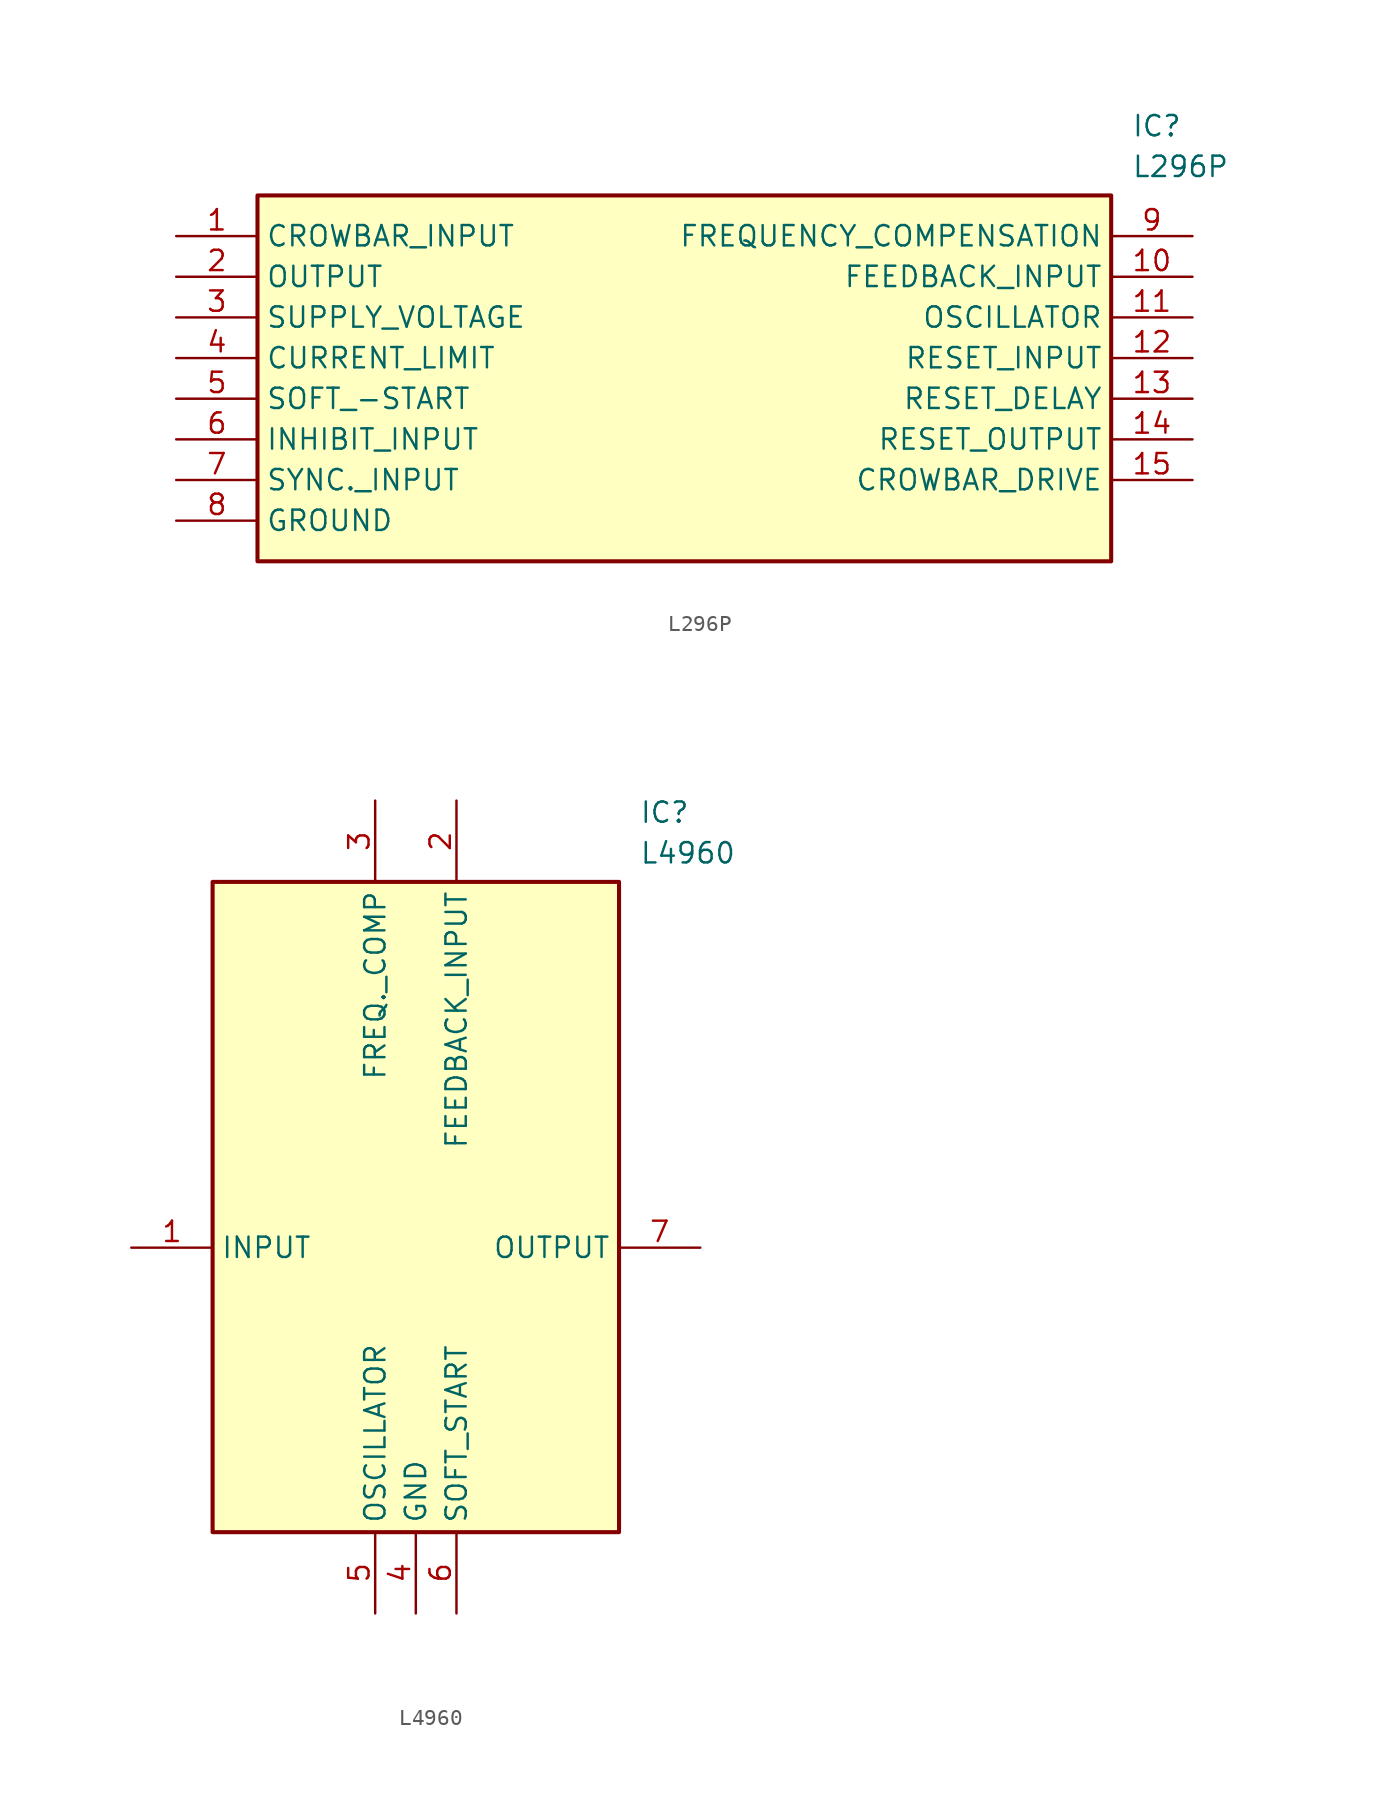
<source format=kicad_sym>
(kicad_symbol_lib
  (version 20231120)
  (generator "kicad_symbol_editor")
  (generator_version "8.0")
  (symbol "L296P"
    (property "Reference" "IC"
      (at 59.69 7.62 0)
      (effects (font (size 1.27 1.27)) (justify left top)))
    (property "Value" "L296P"
      (at 59.69 5.08 0)
      (effects (font (size 1.27 1.27)) (justify left top)))
    (symbol "L296P_1_1"
      (rectangle (start 5.08 2.54) (end 58.42 -20.32) (stroke (width 0.254) (type default)) (fill (type background)))
      (pin passive line (at 0 0 0) (length 5.08) (name "CROWBAR_INPUT" (effects (font (size 1.27 1.27)))) (number "1" (effects (font (size 1.27 1.27)))))
      (pin passive line (at 63.5 -2.54 180) (length 5.08) (name "FEEDBACK_INPUT" (effects (font (size 1.27 1.27)))) (number "10" (effects (font (size 1.27 1.27)))))
      (pin passive line (at 63.5 -5.08 180) (length 5.08) (name "OSCILLATOR" (effects (font (size 1.27 1.27)))) (number "11" (effects (font (size 1.27 1.27)))))
      (pin passive line (at 63.5 -7.62 180) (length 5.08) (name "RESET_INPUT" (effects (font (size 1.27 1.27)))) (number "12" (effects (font (size 1.27 1.27)))))
      (pin passive line (at 63.5 -10.16 180) (length 5.08) (name "RESET_DELAY" (effects (font (size 1.27 1.27)))) (number "13" (effects (font (size 1.27 1.27)))))
      (pin passive line (at 63.5 -12.7 180) (length 5.08) (name "RESET_OUTPUT" (effects (font (size 1.27 1.27)))) (number "14" (effects (font (size 1.27 1.27)))))
      (pin passive line (at 63.5 -15.24 180) (length 5.08) (name "CROWBAR_DRIVE" (effects (font (size 1.27 1.27)))) (number "15" (effects (font (size 1.27 1.27)))))
      (pin passive line (at 0 -2.54 0) (length 5.08) (name "OUTPUT" (effects (font (size 1.27 1.27)))) (number "2" (effects (font (size 1.27 1.27)))))
      (pin passive line (at 0 -5.08 0) (length 5.08) (name "SUPPLY_VOLTAGE" (effects (font (size 1.27 1.27)))) (number "3" (effects (font (size 1.27 1.27)))))
      (pin passive line (at 0 -7.62 0) (length 5.08) (name "CURRENT_LIMIT" (effects (font (size 1.27 1.27)))) (number "4" (effects (font (size 1.27 1.27)))))
      (pin passive line (at 0 -10.16 0) (length 5.08) (name "SOFT_-START" (effects (font (size 1.27 1.27)))) (number "5" (effects (font (size 1.27 1.27)))))
      (pin passive line (at 0 -12.7 0) (length 5.08) (name "INHIBIT_INPUT" (effects (font (size 1.27 1.27)))) (number "6" (effects (font (size 1.27 1.27)))))
      (pin passive line (at 0 -15.24 0) (length 5.08) (name "SYNC._INPUT" (effects (font (size 1.27 1.27)))) (number "7" (effects (font (size 1.27 1.27)))))
      (pin passive line (at 0 -17.78 0) (length 5.08) (name "GROUND" (effects (font (size 1.27 1.27)))) (number "8" (effects (font (size 1.27 1.27)))))
      (pin passive line (at 63.5 0 180) (length 5.08) (name "FREQUENCY_COMPENSATION" (effects (font (size 1.27 1.27)))) (number "9" (effects (font (size 1.27 1.27)))))))
  (symbol "L4960"
    (property "Reference" "IC"
      (at 31.75 27.94 0)
      (effects (font (size 1.27 1.27)) (justify left top)))
    (property "Value" "L4960"
      (at 31.75 25.4 0)
      (effects (font (size 1.27 1.27)) (justify left top)))
    (symbol "L4960_1_1"
      (rectangle (start 5.08 22.86) (end 30.48 -17.78) (stroke (width 0.254) (type default)) (fill (type background)))
      (pin input line (at 0 0 0) (length 5.08) (name "INPUT" (effects (font (size 1.27 1.27)))) (number "1" (effects (font (size 1.27 1.27)))))
      (pin input line (at 20.32 27.94 270) (length 5.08) (name "FEEDBACK_INPUT" (effects (font (size 1.27 1.27)))) (number "2" (effects (font (size 1.27 1.27)))))
      (pin output line (at 15.24 27.94 270) (length 5.08) (name "FREQ._COMP" (effects (font (size 1.27 1.27)))) (number "3" (effects (font (size 1.27 1.27)))))
      (pin power_in line (at 17.78 -22.86 90) (length 5.08) (name "GND" (effects (font (size 1.27 1.27)))) (number "4" (effects (font (size 1.27 1.27)))))
      (pin input line (at 15.24 -22.86 90) (length 5.08) (name "OSCILLATOR" (effects (font (size 1.27 1.27)))) (number "5" (effects (font (size 1.27 1.27)))))
      (pin passive line (at 20.32 -22.86 90) (length 5.08) (name "SOFT_START" (effects (font (size 1.27 1.27)))) (number "6" (effects (font (size 1.27 1.27)))))
      (pin power_in line (at 35.56 0 180) (length 5.08) (name "OUTPUT" (effects (font (size 1.27 1.27)))) (number "7" (effects (font (size 1.27 1.27))))))))
</source>
